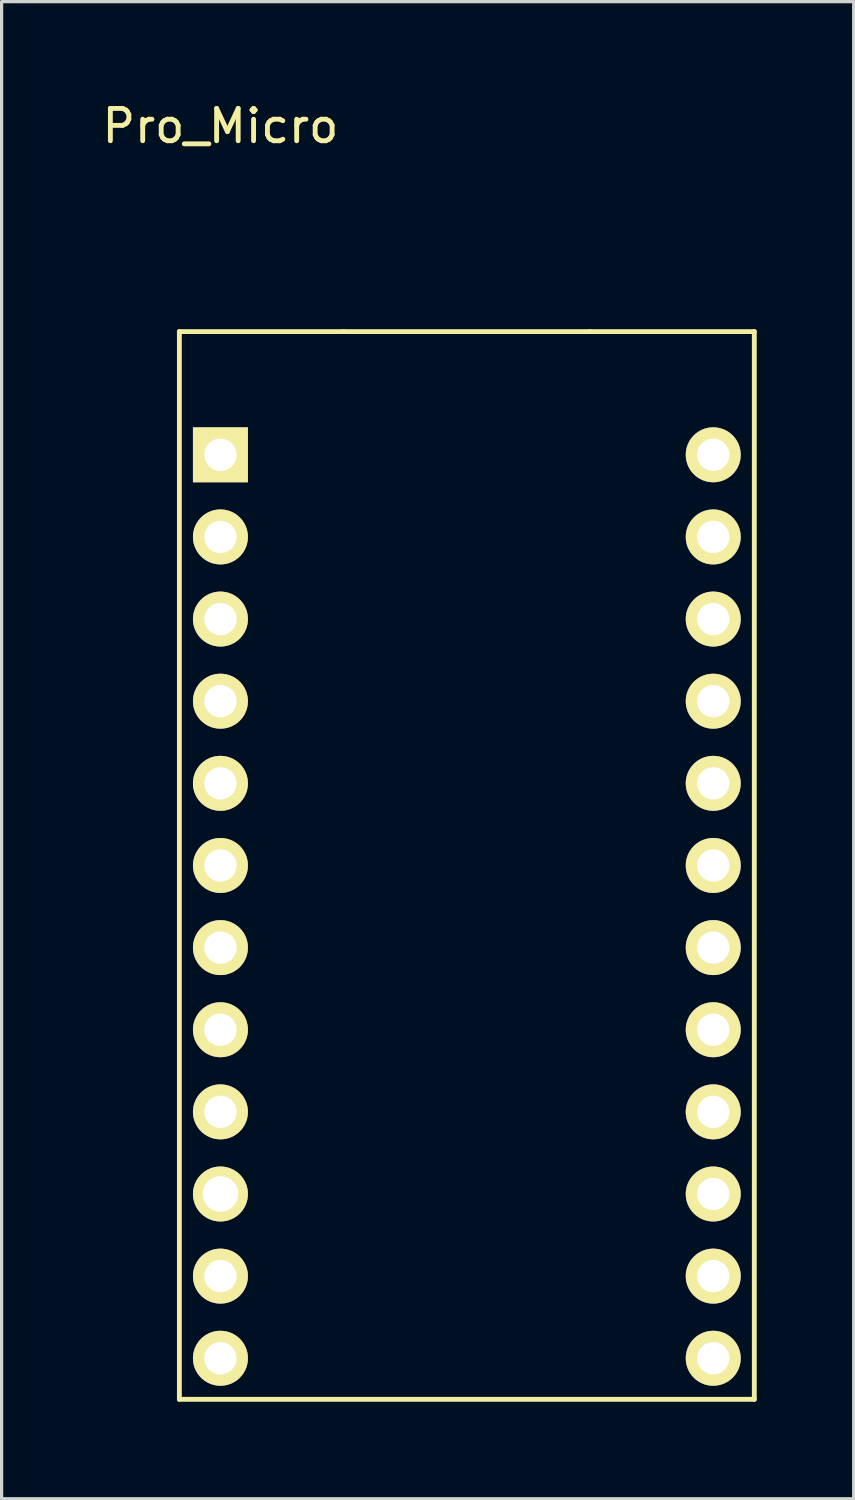
<source format=kicad_pcb>
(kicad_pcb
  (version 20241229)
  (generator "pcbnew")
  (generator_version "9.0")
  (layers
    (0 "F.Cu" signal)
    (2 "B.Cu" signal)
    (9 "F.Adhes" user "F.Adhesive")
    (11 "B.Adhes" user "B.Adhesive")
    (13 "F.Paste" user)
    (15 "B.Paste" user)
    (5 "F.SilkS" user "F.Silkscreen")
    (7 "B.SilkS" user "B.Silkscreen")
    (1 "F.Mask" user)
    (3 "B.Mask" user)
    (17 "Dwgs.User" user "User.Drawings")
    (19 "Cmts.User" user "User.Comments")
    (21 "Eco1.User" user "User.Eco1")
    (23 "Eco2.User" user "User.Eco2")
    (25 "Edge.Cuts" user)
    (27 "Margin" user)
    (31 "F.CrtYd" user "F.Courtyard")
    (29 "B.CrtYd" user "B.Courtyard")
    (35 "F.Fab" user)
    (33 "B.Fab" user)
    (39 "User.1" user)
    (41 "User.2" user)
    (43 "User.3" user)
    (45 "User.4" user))
  (footprint "Pro_Micro"
    (layer "F.Cu")
    (at 3.768 11.008)
    (property "Reference" "Pro_Micro" (at 0 -10.16 0) (layer "F.SilkS") (effects (font (size 1 1) (thickness 0.15))))
    (attr through_hole)
    (fp_line (start -1.271 -3.803) (end 3.809 -3.803) (stroke (width 0.15) (type solid)) (layer "F.SilkS"))
    (fp_line (start -1.271 29.217) (end -1.271 -3.803) (stroke (width 0.15) (type solid)) (layer "F.SilkS"))
    (fp_line (start 3.809 -3.803) (end 11.429 -3.803) (stroke (width 0.15) (type solid)) (layer "F.SilkS"))
    (fp_line (start 11.429 -3.803) (end 16.509 -3.803) (stroke (width 0.15) (type solid)) (layer "F.SilkS"))
    (fp_line (start 16.509 -3.803) (end 16.509 29.217) (stroke (width 0.15) (type solid)) (layer "F.SilkS"))
    (fp_line (start 16.509 29.217) (end -1.271 29.217) (stroke (width 0.15) (type solid)) (layer "F.SilkS"))
    (pad "1" thru_hole rect (at -0.001 0.007 270) (size 1.7 1.7) (drill 1) (layers "*.Cu" "*.Mask" "F.SilkS"))
    (pad "2" thru_hole circle (at -0.001 2.547 270) (size 1.7 1.7) (drill 1) (layers "*.Cu" "*.Mask" "F.SilkS"))
    (pad "3" thru_hole circle (at -0.001 5.087 270) (size 1.7 1.7) (drill 1) (layers "*.Cu" "*.Mask" "F.SilkS"))
    (pad "4" thru_hole circle (at -0.001 7.627 270) (size 1.7 1.7) (drill 1) (layers "*.Cu" "*.Mask" "F.SilkS"))
    (pad "5" thru_hole circle (at -0.001 10.167 270) (size 1.7 1.7) (drill 1) (layers "*.Cu" "*.Mask" "F.SilkS"))
    (pad "6" thru_hole circle (at -0.001 12.707 270) (size 1.7 1.7) (drill 1) (layers "*.Cu" "*.Mask" "F.SilkS"))
    (pad "7" thru_hole circle (at -0.001 15.247 270) (size 1.7 1.7) (drill 1) (layers "*.Cu" "*.Mask" "F.SilkS"))
    (pad "8" thru_hole circle (at -0.001 17.787 270) (size 1.7 1.7) (drill 1) (layers "*.Cu" "*.Mask" "F.SilkS"))
    (pad "9" thru_hole circle (at -0.001 20.327 270) (size 1.7 1.7) (drill 1) (layers "*.Cu" "*.Mask" "F.SilkS"))
    (pad "10" thru_hole circle (at -0.001 22.867 270) (size 1.7 1.7) (drill 1.1) (layers "*.Cu" "*.Mask" "F.SilkS"))
    (pad "11" thru_hole circle (at -0.001 25.407 270) (size 1.7 1.7) (drill 1) (layers "*.Cu" "*.Mask" "F.SilkS"))
    (pad "12" thru_hole circle (at -0.001 27.947 270) (size 1.7 1.7) (drill 1) (layers "*.Cu" "*.Mask" "F.SilkS"))
    (pad "13" thru_hole circle (at 15.239 27.947 270) (size 1.7 1.7) (drill 1) (layers "*.Cu" "*.Mask" "F.SilkS"))
    (pad "14" thru_hole circle (at 15.239 25.407 270) (size 1.7 1.7) (drill 1) (layers "*.Cu" "*.Mask" "F.SilkS"))
    (pad "15" thru_hole circle (at 15.239 22.867 270) (size 1.7 1.7) (drill 1) (layers "*.Cu" "*.Mask" "F.SilkS"))
    (pad "16" thru_hole circle (at 15.239 20.327 270) (size 1.7 1.7) (drill 1) (layers "*.Cu" "*.Mask" "F.SilkS"))
    (pad "17" thru_hole circle (at 15.239 17.787 270) (size 1.7 1.7) (drill 1) (layers "*.Cu" "*.Mask" "F.SilkS"))
    (pad "18" thru_hole circle (at 15.239 15.247 270) (size 1.7 1.7) (drill 1) (layers "*.Cu" "*.Mask" "F.SilkS"))
    (pad "19" thru_hole circle (at 15.239 12.707 270) (size 1.7 1.7) (drill 1) (layers "*.Cu" "*.Mask" "F.SilkS"))
    (pad "20" thru_hole circle (at 15.239 10.167 270) (size 1.7 1.7) (drill 1) (layers "*.Cu" "*.Mask" "F.SilkS"))
    (pad "21" thru_hole circle (at 15.239 7.627 270) (size 1.7 1.7) (drill 1) (layers "*.Cu" "*.Mask" "F.SilkS"))
    (pad "22" thru_hole circle (at 15.239 5.087 270) (size 1.7 1.7) (drill 1) (layers "*.Cu" "*.Mask" "F.SilkS"))
    (pad "23" thru_hole circle (at 15.239 2.547 270) (size 1.7 1.7) (drill 1) (layers "*.Cu" "*.Mask" "F.SilkS"))
    (pad "24" thru_hole circle (at 15.239 0.007 270) (size 1.7 1.7) (drill 1) (layers "*.Cu" "*.Mask" "F.SilkS")))
  (gr_rect
    (start -3 -3)
    (end 23.351 43.3)
    (stroke (width 0.1) (type default))
    (fill no)
    (layer "Edge.Cuts")))
</source>
